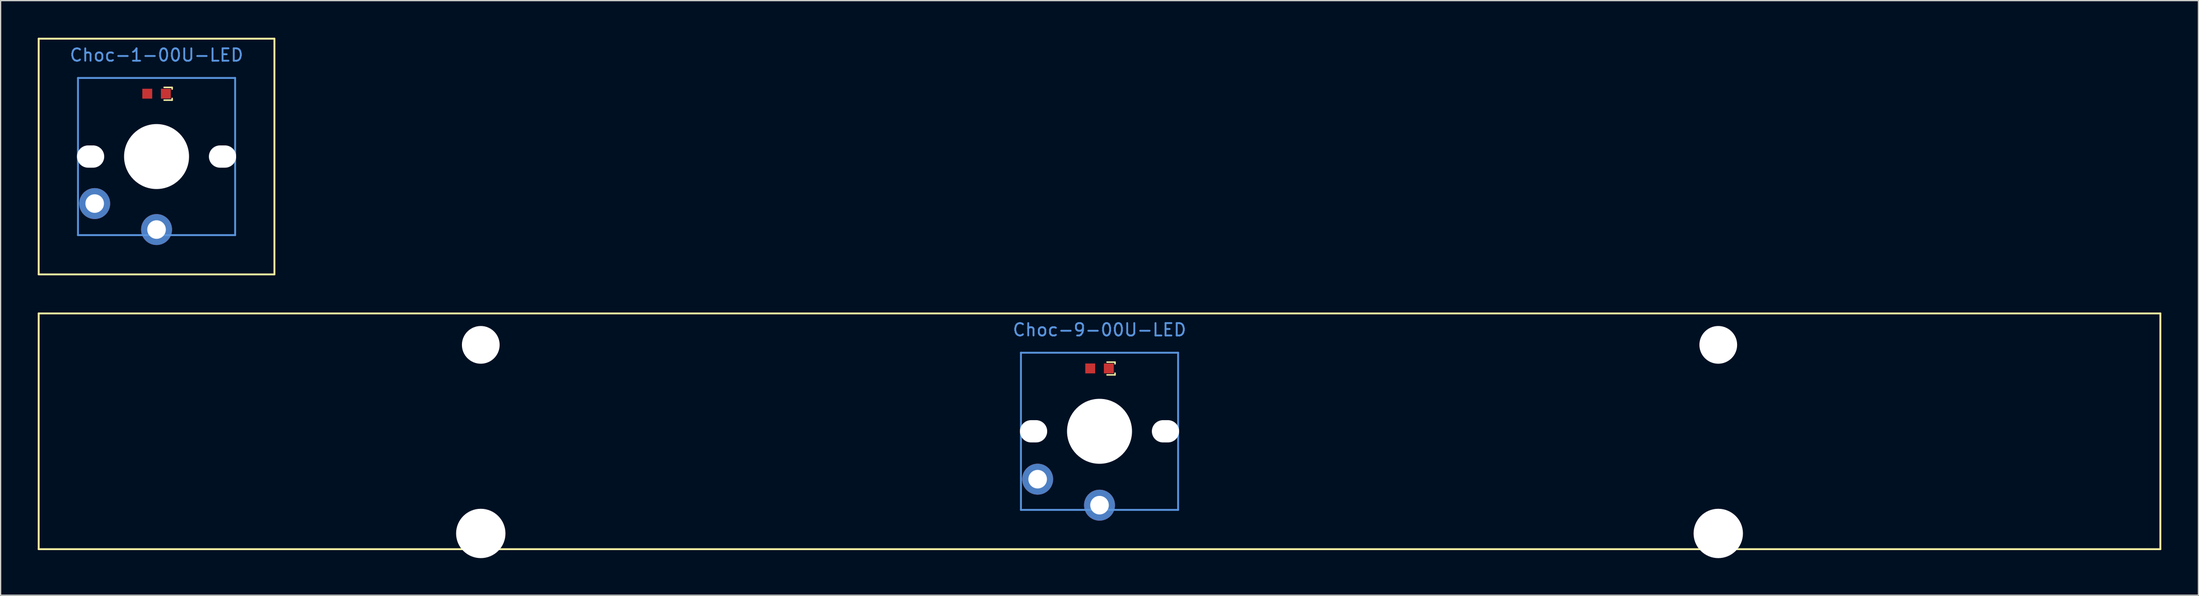
<source format=kicad_pcb>
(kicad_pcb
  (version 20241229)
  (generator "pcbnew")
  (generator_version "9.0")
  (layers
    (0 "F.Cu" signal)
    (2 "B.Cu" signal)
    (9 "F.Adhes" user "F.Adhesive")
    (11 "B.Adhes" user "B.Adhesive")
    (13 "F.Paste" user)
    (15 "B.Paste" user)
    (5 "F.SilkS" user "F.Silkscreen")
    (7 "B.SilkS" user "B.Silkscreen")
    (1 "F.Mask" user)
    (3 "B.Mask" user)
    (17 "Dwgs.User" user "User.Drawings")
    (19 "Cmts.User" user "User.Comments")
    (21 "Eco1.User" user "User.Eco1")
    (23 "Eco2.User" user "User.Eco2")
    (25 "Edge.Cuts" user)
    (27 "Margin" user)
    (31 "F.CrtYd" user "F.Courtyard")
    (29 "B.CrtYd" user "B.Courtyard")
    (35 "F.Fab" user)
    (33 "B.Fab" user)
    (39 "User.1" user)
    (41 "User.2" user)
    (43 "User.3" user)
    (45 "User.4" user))
  (footprint "Choc-1-00U-LED"
    (layer "F.Cu")
    (at 9.601 4.521)
    (property "Reference" "Choc-1-00U-LED" (at 0 -3.12 0) (layer "Cmts.User") (effects (font (size 1 1) (thickness 0.15))))
    (attr smd)
    (fp_line (start -9.525 -4.445) (end 9.525 -4.445) (stroke (width 0.152) (type solid)) (layer "F.SilkS"))
    (fp_line (start -9.525 14.605) (end -9.525 -4.445) (stroke (width 0.152) (type solid)) (layer "F.SilkS"))
    (fp_line (start 0.61 -0.51) (end 1.26 -0.51) (stroke (width 0.12) (type solid)) (layer "F.SilkS"))
    (fp_line (start 0.61 0.52) (end 1.26 0.52) (stroke (width 0.12) (type solid)) (layer "F.SilkS"))
    (fp_line (start 1.26 -0.51) (end 1.26 -0.37) (stroke (width 0.12) (type solid)) (layer "F.SilkS"))
    (fp_line (start 1.26 0.52) (end 1.26 0.38) (stroke (width 0.12) (type solid)) (layer "F.SilkS"))
    (fp_line (start 9.525 -4.445) (end 9.525 14.605) (stroke (width 0.152) (type solid)) (layer "F.SilkS"))
    (fp_line (start 9.525 14.605) (end -9.525 14.605) (stroke (width 0.152) (type solid)) (layer "F.SilkS"))
    (fp_line (start -6.35 -1.27) (end 6.35 -1.27) (stroke (width 0.152) (type solid)) (layer "Cmts.User"))
    (fp_line (start -6.35 11.43) (end -6.35 -1.27) (stroke (width 0.152) (type solid)) (layer "Cmts.User"))
    (fp_line (start 6.35 -1.27) (end 6.35 11.43) (stroke (width 0.152) (type solid)) (layer "Cmts.User"))
    (fp_line (start 6.35 11.43) (end -6.35 11.43) (stroke (width 0.152) (type solid)) (layer "Cmts.User"))
    (pad "" np_thru_hole oval (at -5.33 5.08 270) (size 1.8 2.2) (drill oval 1.8 2.2) (layers "*.Cu" "*.Mask"))
    (pad "" np_thru_hole circle (at 0 5.08 180) (size 5.25 5.25) (drill 5.25) (layers "*.Cu" "*.Mask"))
    (pad "" np_thru_hole oval (at 5.33 5.08 270) (size 1.8 2.2) (drill oval 1.8 2.2) (layers "*.Cu" "*.Mask"))
    (pad "1" thru_hole circle (at -5 8.88) (size 2.5 2.5) (drill 1.499) (layers "*.Cu" "*.Mask"))
    (pad "2" thru_hole circle (at 0 10.98 90) (size 2.5 2.5) (drill 1.499) (layers "*.Cu" "*.Mask"))
    (pad "3" smd rect (at 0.75 0 90) (size 0.8 0.8) (layers "F.Cu" "F.Mask" "F.Paste"))
    (pad "4" smd rect (at -0.75 0 90) (size 0.8 0.8) (layers "F.Cu" "F.Mask" "F.Paste")))
  (footprint "Choc-9-00U-LED"
    (layer "F.Cu")
    (at 85.801 26.724)
    (property "Reference" "Choc-9-00U-LED" (at 0 -3.12 0) (layer "Cmts.User") (effects (font (size 1 1) (thickness 0.15))))
    (attr smd)
    (fp_line (start -85.725 -4.445) (end 85.725 -4.445) (stroke (width 0.152) (type solid)) (layer "F.SilkS"))
    (fp_line (start -85.725 14.605) (end -85.725 -4.445) (stroke (width 0.152) (type solid)) (layer "F.SilkS"))
    (fp_line (start 0.605 -0.51) (end 1.255 -0.51) (stroke (width 0.12) (type solid)) (layer "F.SilkS"))
    (fp_line (start 0.605 0.52) (end 1.255 0.52) (stroke (width 0.12) (type solid)) (layer "F.SilkS"))
    (fp_line (start 1.255 -0.51) (end 1.255 -0.37) (stroke (width 0.12) (type solid)) (layer "F.SilkS"))
    (fp_line (start 1.255 0.52) (end 1.255 0.38) (stroke (width 0.12) (type solid)) (layer "F.SilkS"))
    (fp_line (start 85.725 -4.445) (end 85.725 14.605) (stroke (width 0.152) (type solid)) (layer "F.SilkS"))
    (fp_line (start 85.725 14.605) (end -85.725 14.605) (stroke (width 0.152) (type solid)) (layer "F.SilkS"))
    (fp_line (start -6.35 -1.27) (end 6.35 -1.27) (stroke (width 0.152) (type solid)) (layer "Cmts.User"))
    (fp_line (start -6.35 11.43) (end -6.35 -1.27) (stroke (width 0.152) (type solid)) (layer "Cmts.User"))
    (fp_line (start 6.35 -1.27) (end 6.35 11.43) (stroke (width 0.152) (type solid)) (layer "Cmts.User"))
    (fp_line (start 6.35 11.43) (end -6.35 11.43) (stroke (width 0.152) (type solid)) (layer "Cmts.User"))
    (pad "" np_thru_hole circle (at -50 -1.905 180) (size 3.048 3.048) (drill 3.048) (layers "*.Cu" "*.Mask"))
    (pad "" np_thru_hole circle (at -50 13.335 180) (size 3.988 3.988) (drill 3.988) (layers "*.Cu" "*.Mask"))
    (pad "" np_thru_hole oval (at -5.33 5.08 270) (size 1.8 2.2) (drill oval 1.8 2.2) (layers "*.Cu" "*.Mask"))
    (pad "" np_thru_hole circle (at 0 5.08 180) (size 5.25 5.25) (drill 5.25) (layers "*.Cu" "*.Mask"))
    (pad "" np_thru_hole oval (at 5.33 5.08 270) (size 1.8 2.2) (drill oval 1.8 2.2) (layers "*.Cu" "*.Mask"))
    (pad "" np_thru_hole circle (at 50 -1.905 180) (size 3.048 3.048) (drill 3.048) (layers "*.Cu" "*.Mask"))
    (pad "" np_thru_hole circle (at 50 13.335 180) (size 3.988 3.988) (drill 3.988) (layers "*.Cu" "*.Mask"))
    (pad "1" thru_hole circle (at -5 8.95 270) (size 2.5 2.5) (drill 1.5) (layers "*.Cu" "*.Mask"))
    (pad "2" thru_hole circle (at 0 11.05 90) (size 2.5 2.5) (drill 1.5) (layers "*.Cu" "*.Mask"))
    (pad "3" smd rect (at 0.75 0 90) (size 0.8 0.8) (layers "F.Cu" "F.Mask" "F.Paste"))
    (pad "4" smd rect (at -0.75 0 90) (size 0.8 0.8) (layers "F.Cu" "F.Mask" "F.Paste")))
  (gr_rect
    (start -3 -3)
    (end 174.602 45.053)
    (stroke (width 0.1) (type default))
    (fill no)
    (layer "Edge.Cuts")))
</source>
